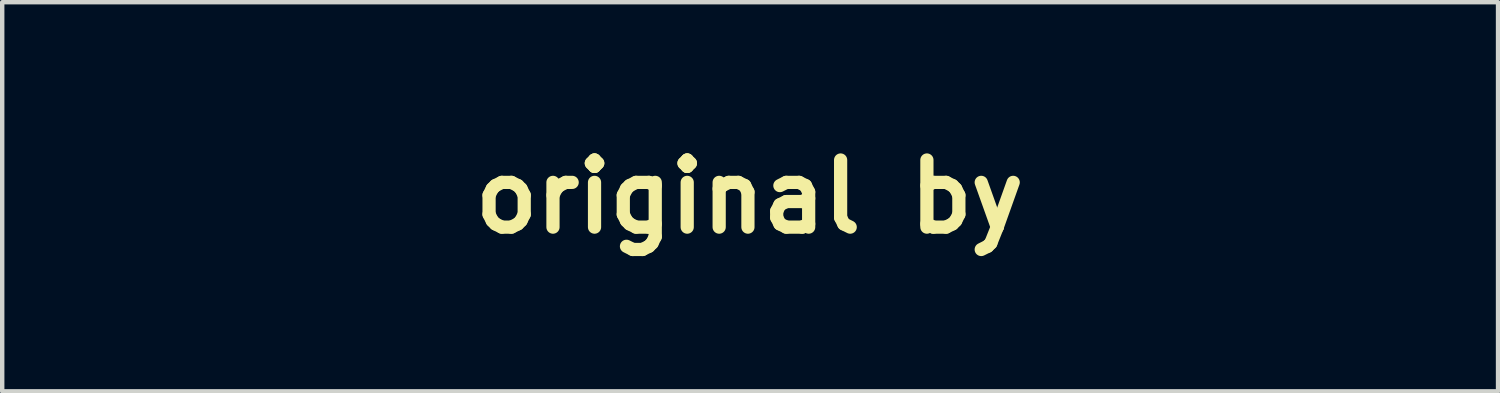
<source format=kicad_pcb>
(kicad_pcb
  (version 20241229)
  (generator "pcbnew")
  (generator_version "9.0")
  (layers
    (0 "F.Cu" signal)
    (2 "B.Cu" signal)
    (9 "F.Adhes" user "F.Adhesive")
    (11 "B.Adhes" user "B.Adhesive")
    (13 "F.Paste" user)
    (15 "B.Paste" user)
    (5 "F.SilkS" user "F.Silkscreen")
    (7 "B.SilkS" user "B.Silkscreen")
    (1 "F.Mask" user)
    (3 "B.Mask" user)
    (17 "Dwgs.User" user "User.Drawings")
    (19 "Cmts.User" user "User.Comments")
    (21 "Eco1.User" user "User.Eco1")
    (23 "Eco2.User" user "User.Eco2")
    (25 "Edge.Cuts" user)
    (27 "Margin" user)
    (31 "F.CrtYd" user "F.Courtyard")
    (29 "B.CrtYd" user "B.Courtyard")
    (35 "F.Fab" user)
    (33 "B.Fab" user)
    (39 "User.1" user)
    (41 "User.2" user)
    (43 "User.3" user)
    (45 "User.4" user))
  (footprint "original by"
    (layer "F.Cu")
    (at 13.97 1.418)
    (property "Reference" "original by" (at 0 0 0) (layer "F.SilkS") (effects (font (size 1.524 1.524) (thickness 0.3))))
    (attr through_hole)
    (fp_poly (pts (xy -6.563 0.808) (xy -6.568 0.813) (xy -6.574 0.808) (xy -6.568 0.803) (xy -6.563 0.808)) (stroke (width 0.01) (type solid)) (fill yes) (layer "F.Mask"))
    (fp_poly (pts (xy -6.484 0.74) (xy -6.482 0.751) (xy -6.484 0.77) (xy -6.49 0.768) (xy -6.496 0.757) (xy -6.496 0.741) (xy -6.492 0.736) (xy -6.484 0.74)) (stroke (width 0.01) (type solid)) (fill yes) (layer "F.Mask"))
    (fp_poly (pts (xy 11.198 -0.945) (xy 11.2 -0.902) (xy 11.202 -0.842) (xy 11.204 -0.768) (xy 11.207 -0.683) (xy 11.21 -0.59) (xy 11.212 -0.493) (xy 11.215 -0.393) (xy 11.216 -0.356) (xy 11.219 -0.184) (xy 11.221 -0.03) (xy 11.221 0.108) (xy 11.218 0.232) (xy 11.214 0.345) (xy 11.207 0.448) (xy 11.197 0.543) (xy 11.185 0.634) (xy 11.171 0.721) (xy 11.158 0.787) (xy 11.14 0.869) (xy 11.09 0.87) (xy 11.054 0.87) (xy 11.023 0.868) (xy 11.013 0.867) (xy 10.976 0.858) (xy 10.932 0.844) (xy 10.885 0.827) (xy 10.839 0.809) (xy 10.797 0.79) (xy 10.764 0.773) (xy 10.743 0.759) (xy 10.737 0.751) (xy 10.741 0.737) (xy 10.749 0.708) (xy 10.76 0.67) (xy 10.765 0.652) (xy 10.779 0.599) (xy 10.792 0.542) (xy 10.801 0.492) (xy 10.801 0.486) (xy 10.804 0.451) (xy 10.806 0.398) (xy 10.808 0.328) (xy 10.808 0.243) (xy 10.808 0.146) (xy 10.807 0.037) (xy 10.805 -0.082) (xy 10.802 -0.208) (xy 10.799 -0.339) (xy 10.795 -0.475) (xy 10.79 -0.613) (xy 10.787 -0.696) (xy 10.784 -0.782) (xy 10.781 -0.862) (xy 10.778 -0.933) (xy 10.776 -0.993) (xy 10.775 -1.04) (xy 10.774 -1.071) (xy 10.774 -1.085) (xy 10.774 -1.085) (xy 10.785 -1.086) (xy 10.813 -1.087) (xy 10.855 -1.088) (xy 10.908 -1.089) (xy 10.969 -1.09) (xy 10.984 -1.09) (xy 11.191 -1.092) (xy 11.198 -0.945)) (stroke (width 0.01) (type solid)) (fill yes) (layer "F.Mask"))
    (fp_poly (pts (xy -8.274 -0.84) (xy -8.268 -0.826) (xy -8.26 -0.794) (xy -8.25 -0.742) (xy -8.237 -0.67) (xy -8.222 -0.579) (xy -8.214 -0.528) (xy -8.197 -0.394) (xy -8.186 -0.249) (xy -8.183 -0.183) (xy -8.181 -0.134) (xy -8.18 -0.09) (xy -8.18 -0.049) (xy -8.181 -0.009) (xy -8.183 0.034) (xy -8.187 0.082) (xy -8.191 0.137) (xy -8.198 0.202) (xy -8.206 0.279) (xy -8.216 0.372) (xy -8.229 0.482) (xy -8.229 0.488) (xy -8.251 0.676) (xy -8.31 0.792) (xy -8.333 0.836) (xy -8.353 0.873) (xy -8.369 0.899) (xy -8.378 0.911) (xy -8.378 0.911) (xy -8.392 0.909) (xy -8.417 0.9) (xy -8.428 0.896) (xy -8.452 0.885) (xy -8.489 0.869) (xy -8.534 0.85) (xy -8.585 0.829) (xy -8.636 0.808) (xy -8.683 0.789) (xy -8.723 0.773) (xy -8.75 0.762) (xy -8.76 0.759) (xy -8.768 0.754) (xy -8.771 0.745) (xy -8.768 0.727) (xy -8.758 0.695) (xy -8.753 0.682) (xy -8.74 0.64) (xy -8.725 0.586) (xy -8.712 0.531) (xy -8.707 0.512) (xy -8.693 0.454) (xy -8.676 0.391) (xy -8.66 0.332) (xy -8.655 0.318) (xy -8.621 0.177) (xy -8.601 0.023) (xy -8.597 -0.144) (xy -8.607 -0.321) (xy -8.633 -0.509) (xy -8.656 -0.63) (xy -8.667 -0.681) (xy -8.676 -0.725) (xy -8.681 -0.758) (xy -8.684 -0.776) (xy -8.684 -0.779) (xy -8.67 -0.784) (xy -8.64 -0.792) (xy -8.598 -0.8) (xy -8.547 -0.809) (xy -8.492 -0.818) (xy -8.436 -0.826) (xy -8.383 -0.833) (xy -8.336 -0.839) (xy -8.3 -0.842) (xy -8.279 -0.842) (xy -8.274 -0.84)) (stroke (width 0.01) (type solid)) (fill yes) (layer "F.Mask"))
    (fp_poly (pts (xy 12.082 -0.828) (xy 12.09 -0.801) (xy 12.103 -0.76) (xy 12.119 -0.708) (xy 12.138 -0.647) (xy 12.152 -0.599) (xy 12.187 -0.477) (xy 12.216 -0.372) (xy 12.239 -0.278) (xy 12.256 -0.194) (xy 12.268 -0.115) (xy 12.275 -0.039) (xy 12.277 0.039) (xy 12.277 0.121) (xy 12.273 0.211) (xy 12.266 0.312) (xy 12.257 0.396) (xy 12.247 0.466) (xy 12.233 0.524) (xy 12.216 0.574) (xy 12.202 0.606) (xy 12.16 0.672) (xy 12.102 0.732) (xy 12.033 0.785) (xy 11.957 0.825) (xy 11.879 0.851) (xy 11.868 0.853) (xy 11.811 0.86) (xy 11.744 0.862) (xy 11.678 0.859) (xy 11.623 0.852) (xy 11.562 0.834) (xy 11.498 0.803) (xy 11.439 0.765) (xy 11.404 0.734) (xy 11.372 0.7) (xy 11.342 0.662) (xy 11.316 0.625) (xy 11.297 0.593) (xy 11.288 0.571) (xy 11.288 0.569) (xy 11.296 0.558) (xy 11.317 0.537) (xy 11.35 0.509) (xy 11.392 0.476) (xy 11.436 0.443) (xy 11.492 0.401) (xy 11.533 0.372) (xy 11.563 0.354) (xy 11.583 0.346) (xy 11.595 0.348) (xy 11.6 0.359) (xy 11.602 0.378) (xy 11.603 0.386) (xy 11.612 0.426) (xy 11.636 0.462) (xy 11.67 0.489) (xy 11.709 0.504) (xy 11.739 0.504) (xy 11.77 0.494) (xy 11.794 0.475) (xy 11.814 0.445) (xy 11.829 0.403) (xy 11.84 0.347) (xy 11.848 0.274) (xy 11.853 0.184) (xy 11.853 0.163) (xy 11.855 0.088) (xy 11.854 0.02) (xy 11.85 -0.044) (xy 11.842 -0.109) (xy 11.831 -0.177) (xy 11.815 -0.253) (xy 11.793 -0.339) (xy 11.766 -0.439) (xy 11.751 -0.492) (xy 11.733 -0.558) (xy 11.717 -0.617) (xy 11.704 -0.667) (xy 11.696 -0.704) (xy 11.692 -0.727) (xy 11.692 -0.733) (xy 11.703 -0.737) (xy 11.73 -0.746) (xy 11.769 -0.757) (xy 11.817 -0.771) (xy 11.869 -0.785) (xy 11.922 -0.8) (xy 11.973 -0.813) (xy 12.018 -0.825) (xy 12.052 -0.834) (xy 12.073 -0.838) (xy 12.078 -0.838) (xy 12.082 -0.828)) (stroke (width 0.01) (type solid)) (fill yes) (layer "F.Mask"))
    (fp_poly (pts (xy -2.253 -1.044) (xy -2.212 -1.042) (xy -2.162 -1.038) (xy -2.132 -1.036) (xy -2.063 -1.03) (xy -1.996 -1.022) (xy -1.933 -1.012) (xy -1.879 -1.003) (xy -1.835 -0.993) (xy -1.807 -0.984) (xy -1.798 -0.979) (xy -1.792 -0.968) (xy -1.777 -0.941) (xy -1.757 -0.901) (xy -1.73 -0.85) (xy -1.7 -0.79) (xy -1.667 -0.724) (xy -1.662 -0.714) (xy -1.629 -0.647) (xy -1.598 -0.588) (xy -1.571 -0.536) (xy -1.549 -0.496) (xy -1.534 -0.469) (xy -1.526 -0.457) (xy -1.525 -0.457) (xy -1.514 -0.465) (xy -1.49 -0.487) (xy -1.455 -0.523) (xy -1.41 -0.571) (xy -1.354 -0.631) (xy -1.29 -0.702) (xy -1.277 -0.717) (xy -1.177 -0.829) (xy -0.934 -0.799) (xy -0.866 -0.79) (xy -0.806 -0.782) (xy -0.756 -0.775) (xy -0.718 -0.769) (xy -0.696 -0.765) (xy -0.691 -0.763) (xy -0.698 -0.754) (xy -0.716 -0.732) (xy -0.745 -0.699) (xy -0.782 -0.658) (xy -0.826 -0.609) (xy -0.875 -0.554) (xy -0.88 -0.549) (xy -0.978 -0.44) (xy -1.063 -0.345) (xy -1.135 -0.263) (xy -1.195 -0.193) (xy -1.244 -0.135) (xy -1.281 -0.088) (xy -1.304 -0.057) (xy -1.348 0.005) (xy -1.376 0.218) (xy -1.386 0.297) (xy -1.397 0.382) (xy -1.408 0.468) (xy -1.418 0.546) (xy -1.425 0.602) (xy -1.446 0.772) (xy -1.478 0.771) (xy -1.498 0.769) (xy -1.534 0.765) (xy -1.583 0.759) (xy -1.639 0.752) (xy -1.68 0.746) (xy -1.736 0.739) (xy -1.786 0.731) (xy -1.824 0.725) (xy -1.849 0.72) (xy -1.856 0.718) (xy -1.856 0.707) (xy -1.854 0.678) (xy -1.85 0.634) (xy -1.844 0.578) (xy -1.837 0.511) (xy -1.828 0.437) (xy -1.825 0.41) (xy -1.815 0.329) (xy -1.806 0.25) (xy -1.798 0.177) (xy -1.791 0.114) (xy -1.786 0.063) (xy -1.782 0.029) (xy -1.782 0.025) (xy -1.775 -0.058) (xy -1.821 -0.143) (xy -1.838 -0.176) (xy -1.863 -0.224) (xy -1.894 -0.282) (xy -1.928 -0.348) (xy -1.963 -0.417) (xy -1.989 -0.467) (xy -2.029 -0.544) (xy -2.071 -0.625) (xy -2.114 -0.706) (xy -2.154 -0.782) (xy -2.189 -0.848) (xy -2.203 -0.874) (xy -2.232 -0.926) (xy -2.256 -0.973) (xy -2.275 -1.01) (xy -2.287 -1.035) (xy -2.291 -1.045) (xy -2.291 -1.045) (xy -2.28 -1.045) (xy -2.253 -1.044)) (stroke (width 0.01) (type solid)) (fill yes) (layer "F.Mask"))
    (fp_poly (pts (xy 6.983 -0.549) (xy 7.009 -0.545) (xy 7.09 -0.535) (xy 7.182 -0.536) (xy 7.297 -0.533) (xy 7.406 -0.511) (xy 7.508 -0.471) (xy 7.601 -0.416) (xy 7.685 -0.345) (xy 7.757 -0.26) (xy 7.817 -0.162) (xy 7.863 -0.053) (xy 7.894 0.067) (xy 7.899 0.097) (xy 7.908 0.22) (xy 7.898 0.338) (xy 7.87 0.449) (xy 7.824 0.553) (xy 7.759 0.648) (xy 7.707 0.706) (xy 7.623 0.778) (xy 7.532 0.831) (xy 7.432 0.867) (xy 7.322 0.887) (xy 7.275 0.891) (xy 7.23 0.893) (xy 7.193 0.893) (xy 7.169 0.891) (xy 7.161 0.889) (xy 7.149 0.887) (xy 7.12 0.884) (xy 7.077 0.881) (xy 7.023 0.877) (xy 6.961 0.874) (xy 6.938 0.873) (xy 6.854 0.869) (xy 6.78 0.864) (xy 6.718 0.858) (xy 6.672 0.852) (xy 6.655 0.848) (xy 6.553 0.813) (xy 6.457 0.761) (xy 6.371 0.693) (xy 6.297 0.613) (xy 6.238 0.522) (xy 6.23 0.508) (xy 6.197 0.433) (xy 6.174 0.366) (xy 6.162 0.297) (xy 6.157 0.219) (xy 6.156 0.191) (xy 6.157 0.183) (xy 6.594 0.183) (xy 6.602 0.259) (xy 6.625 0.324) (xy 6.666 0.384) (xy 6.682 0.4) (xy 6.72 0.434) (xy 6.764 0.46) (xy 6.817 0.479) (xy 6.88 0.493) (xy 6.956 0.501) (xy 7.048 0.504) (xy 7.142 0.504) (xy 7.198 0.502) (xy 7.237 0.498) (xy 7.267 0.493) (xy 7.291 0.484) (xy 7.302 0.479) (xy 7.369 0.434) (xy 7.421 0.377) (xy 7.456 0.307) (xy 7.474 0.227) (xy 7.474 0.225) (xy 7.473 0.141) (xy 7.454 0.061) (xy 7.418 -0.011) (xy 7.366 -0.075) (xy 7.301 -0.127) (xy 7.223 -0.166) (xy 7.183 -0.178) (xy 7.119 -0.191) (xy 7.048 -0.197) (xy 6.976 -0.196) (xy 6.911 -0.189) (xy 6.858 -0.176) (xy 6.856 -0.176) (xy 6.773 -0.136) (xy 6.704 -0.082) (xy 6.651 -0.018) (xy 6.615 0.057) (xy 6.596 0.14) (xy 6.594 0.183) (xy 6.157 0.183) (xy 6.159 0.106) (xy 6.171 0.031) (xy 6.191 -0.04) (xy 6.223 -0.11) (xy 6.267 -0.184) (xy 6.325 -0.265) (xy 6.374 -0.327) (xy 6.419 -0.375) (xy 6.464 -0.415) (xy 6.516 -0.452) (xy 6.548 -0.472) (xy 6.647 -0.52) (xy 6.753 -0.549) (xy 6.865 -0.559) (xy 6.983 -0.549)) (stroke (width 0.01) (type solid)) (fill yes) (layer "F.Mask"))
    (fp_poly (pts (xy -12.991 -0.851) (xy -12.874 -0.823) (xy -12.815 -0.801) (xy -12.708 -0.746) (xy -12.611 -0.674) (xy -12.527 -0.588) (xy -12.457 -0.49) (xy -12.403 -0.381) (xy -12.373 -0.291) (xy -12.364 -0.245) (xy -12.356 -0.183) (xy -12.351 -0.111) (xy -12.347 -0.035) (xy -12.345 0.042) (xy -12.346 0.113) (xy -12.35 0.174) (xy -12.354 0.203) (xy -12.379 0.316) (xy -12.418 0.417) (xy -12.472 0.508) (xy -12.543 0.594) (xy -12.559 0.61) (xy -12.645 0.683) (xy -12.745 0.744) (xy -12.853 0.789) (xy -12.9 0.803) (xy -12.963 0.816) (xy -13.036 0.824) (xy -13.114 0.829) (xy -13.189 0.829) (xy -13.255 0.824) (xy -13.289 0.818) (xy -13.395 0.789) (xy -13.487 0.75) (xy -13.569 0.697) (xy -13.645 0.63) (xy -13.699 0.571) (xy -13.739 0.514) (xy -13.767 0.453) (xy -13.787 0.38) (xy -13.791 0.357) (xy -13.801 0.312) (xy -13.812 0.279) (xy -13.826 0.254) (xy -13.847 0.227) (xy -13.899 0.153) (xy -13.936 0.068) (xy -13.958 -0.026) (xy -13.964 -0.103) (xy -13.542 -0.103) (xy -13.541 -0.031) (xy -13.53 0.038) (xy -13.508 0.109) (xy -13.482 0.17) (xy -13.435 0.252) (xy -13.377 0.319) (xy -13.311 0.37) (xy -13.238 0.404) (xy -13.16 0.422) (xy -13.08 0.42) (xy -12.999 0.4) (xy -12.974 0.39) (xy -12.909 0.35) (xy -12.851 0.296) (xy -12.806 0.231) (xy -12.796 0.21) (xy -12.782 0.177) (xy -12.773 0.143) (xy -12.768 0.104) (xy -12.764 0.052) (xy -12.763 0.039) (xy -12.762 -0.029) (xy -12.765 -0.09) (xy -12.771 -0.134) (xy -12.797 -0.221) (xy -12.84 -0.298) (xy -12.898 -0.362) (xy -12.969 -0.413) (xy -12.993 -0.425) (xy -13.022 -0.438) (xy -13.049 -0.446) (xy -13.079 -0.45) (xy -13.119 -0.452) (xy -13.157 -0.452) (xy -13.207 -0.452) (xy -13.243 -0.449) (xy -13.271 -0.444) (xy -13.297 -0.435) (xy -13.321 -0.424) (xy -13.399 -0.376) (xy -13.461 -0.316) (xy -13.506 -0.246) (xy -13.533 -0.167) (xy -13.542 -0.103) (xy -13.964 -0.103) (xy -13.965 -0.126) (xy -13.957 -0.229) (xy -13.933 -0.333) (xy -13.893 -0.435) (xy -13.867 -0.486) (xy -13.834 -0.534) (xy -13.789 -0.587) (xy -13.735 -0.641) (xy -13.678 -0.692) (xy -13.622 -0.735) (xy -13.584 -0.759) (xy -13.478 -0.808) (xy -13.361 -0.841) (xy -13.238 -0.86) (xy -13.114 -0.863) (xy -12.991 -0.851)) (stroke (width 0.01) (type solid)) (fill yes) (layer "F.Mask"))
    (fp_poly (pts (xy -9.362 -0.744) (xy -9.249 -0.719) (xy -9.144 -0.678) (xy -9.063 -0.632) (xy -9.033 -0.61) (xy -8.999 -0.581) (xy -8.962 -0.548) (xy -8.927 -0.513) (xy -8.896 -0.48) (xy -8.873 -0.453) (xy -8.861 -0.435) (xy -8.86 -0.431) (xy -8.861 -0.425) (xy -8.866 -0.418) (xy -8.878 -0.409) (xy -8.896 -0.395) (xy -8.925 -0.375) (xy -8.965 -0.349) (xy -9.018 -0.316) (xy -9.086 -0.272) (xy -9.098 -0.265) (xy -9.21 -0.194) (xy -9.24 -0.232) (xy -9.297 -0.294) (xy -9.353 -0.338) (xy -9.413 -0.366) (xy -9.481 -0.381) (xy -9.511 -0.384) (xy -9.6 -0.38) (xy -9.681 -0.359) (xy -9.751 -0.32) (xy -9.81 -0.266) (xy -9.857 -0.196) (xy -9.891 -0.111) (xy -9.902 -0.068) (xy -9.911 0.013) (xy -9.906 0.101) (xy -9.889 0.189) (xy -9.861 0.274) (xy -9.824 0.351) (xy -9.778 0.416) (xy -9.743 0.451) (xy -9.676 0.495) (xy -9.598 0.524) (xy -9.514 0.537) (xy -9.427 0.534) (xy -9.378 0.524) (xy -9.29 0.494) (xy -9.22 0.454) (xy -9.166 0.404) (xy -9.129 0.342) (xy -9.108 0.269) (xy -9.107 0.259) (xy -9.1 0.212) (xy -9.135 0.218) (xy -9.2 0.228) (xy -9.263 0.238) (xy -9.321 0.247) (xy -9.37 0.254) (xy -9.407 0.259) (xy -9.429 0.261) (xy -9.435 0.261) (xy -9.438 0.249) (xy -9.444 0.222) (xy -9.451 0.183) (xy -9.458 0.137) (xy -9.465 0.088) (xy -9.472 0.041) (xy -9.477 -0.001) (xy -9.48 -0.033) (xy -9.481 -0.051) (xy -9.48 -0.053) (xy -9.469 -0.057) (xy -9.44 -0.063) (xy -9.396 -0.071) (xy -9.34 -0.081) (xy -9.274 -0.092) (xy -9.2 -0.104) (xy -9.179 -0.107) (xy -9.098 -0.12) (xy -9.018 -0.133) (xy -8.943 -0.146) (xy -8.877 -0.157) (xy -8.823 -0.166) (xy -8.785 -0.172) (xy -8.783 -0.173) (xy -8.741 -0.18) (xy -8.706 -0.186) (xy -8.685 -0.189) (xy -8.679 -0.189) (xy -8.673 -0.173) (xy -8.667 -0.14) (xy -8.661 -0.094) (xy -8.657 -0.039) (xy -8.654 0.022) (xy -8.653 0.085) (xy -8.653 0.091) (xy -8.653 0.152) (xy -8.654 0.198) (xy -8.657 0.234) (xy -8.661 0.264) (xy -8.669 0.294) (xy -8.68 0.328) (xy -8.686 0.345) (xy -8.736 0.463) (xy -8.802 0.568) (xy -8.883 0.661) (xy -8.98 0.74) (xy -9.092 0.805) (xy -9.215 0.856) (xy -9.304 0.881) (xy -9.402 0.898) (xy -9.501 0.908) (xy -9.595 0.908) (xy -9.644 0.904) (xy -9.766 0.879) (xy -9.881 0.836) (xy -9.987 0.776) (xy -10.082 0.699) (xy -10.151 0.622) (xy -10.225 0.513) (xy -10.283 0.392) (xy -10.323 0.262) (xy -10.343 0.147) (xy -10.351 0.03) (xy -10.343 -0.078) (xy -10.32 -0.182) (xy -10.281 -0.288) (xy -10.264 -0.324) (xy -10.205 -0.423) (xy -10.13 -0.51) (xy -10.041 -0.585) (xy -9.939 -0.647) (xy -9.826 -0.696) (xy -9.704 -0.73) (xy -9.573 -0.748) (xy -9.486 -0.752) (xy -9.362 -0.744)) (stroke (width 0.01) (type solid)) (fill yes) (layer "F.Mask"))
    (fp_poly (pts (xy 13.818 -1.189) (xy 13.764 -1.11) (xy 13.718 -1.043) (xy 13.668 -0.97) (xy 13.617 -0.893) (xy 13.564 -0.814) (xy 13.512 -0.734) (xy 13.461 -0.655) (xy 13.413 -0.581) (xy 13.369 -0.511) (xy 13.33 -0.449) (xy 13.297 -0.395) (xy 13.272 -0.353) (xy 13.255 -0.324) (xy 13.249 -0.309) (xy 13.249 -0.308) (xy 13.256 -0.296) (xy 13.278 -0.27) (xy 13.314 -0.23) (xy 13.365 -0.176) (xy 13.43 -0.109) (xy 13.51 -0.027) (xy 13.605 0.068) (xy 13.695 0.157) (xy 13.77 0.233) (xy 13.833 0.295) (xy 13.883 0.346) (xy 13.922 0.386) (xy 13.951 0.417) (xy 13.972 0.44) (xy 13.985 0.456) (xy 13.991 0.467) (xy 13.992 0.473) (xy 13.989 0.477) (xy 13.983 0.479) (xy 13.965 0.482) (xy 13.93 0.486) (xy 13.881 0.492) (xy 13.822 0.498) (xy 13.756 0.505) (xy 13.715 0.509) (xy 13.476 0.531) (xy 13.334 0.385) (xy 13.243 0.292) (xy 13.164 0.213) (xy 13.095 0.146) (xy 13.037 0.092) (xy 12.988 0.049) (xy 12.946 0.016) (xy 12.935 0.007) (xy 12.868 -0.041) (xy 12.86 0.134) (xy 12.857 0.203) (xy 12.855 0.285) (xy 12.854 0.373) (xy 12.854 0.459) (xy 12.855 0.526) (xy 12.855 0.599) (xy 12.855 0.654) (xy 12.855 0.693) (xy 12.853 0.72) (xy 12.85 0.737) (xy 12.846 0.746) (xy 12.842 0.749) (xy 12.828 0.751) (xy 12.796 0.754) (xy 12.751 0.756) (xy 12.697 0.758) (xy 12.638 0.76) (xy 12.449 0.764) (xy 12.443 0.679) (xy 12.441 0.644) (xy 12.439 0.593) (xy 12.438 0.53) (xy 12.437 0.459) (xy 12.436 0.385) (xy 12.436 0.353) (xy 12.435 0.25) (xy 12.434 0.152) (xy 12.43 0.057) (xy 12.426 -0.041) (xy 12.419 -0.143) (xy 12.41 -0.254) (xy 12.4 -0.376) (xy 12.386 -0.514) (xy 12.38 -0.579) (xy 12.372 -0.659) (xy 12.364 -0.733) (xy 12.358 -0.798) (xy 12.353 -0.852) (xy 12.35 -0.892) (xy 12.348 -0.915) (xy 12.348 -0.921) (xy 12.359 -0.923) (xy 12.386 -0.927) (xy 12.426 -0.932) (xy 12.475 -0.937) (xy 12.53 -0.943) (xy 12.585 -0.949) (xy 12.639 -0.954) (xy 12.687 -0.958) (xy 12.725 -0.961) (xy 12.749 -0.963) (xy 12.757 -0.962) (xy 12.759 -0.951) (xy 12.764 -0.923) (xy 12.769 -0.88) (xy 12.776 -0.826) (xy 12.783 -0.763) (xy 12.787 -0.725) (xy 12.795 -0.653) (xy 12.803 -0.582) (xy 12.811 -0.517) (xy 12.818 -0.462) (xy 12.824 -0.421) (xy 12.825 -0.411) (xy 12.839 -0.33) (xy 12.867 -0.386) (xy 12.885 -0.419) (xy 12.908 -0.462) (xy 12.935 -0.511) (xy 12.954 -0.544) (xy 12.978 -0.585) (xy 13.009 -0.64) (xy 13.045 -0.702) (xy 13.082 -0.768) (xy 13.116 -0.828) (xy 13.151 -0.888) (xy 13.185 -0.947) (xy 13.217 -1.001) (xy 13.244 -1.045) (xy 13.263 -1.076) (xy 13.264 -1.078) (xy 13.307 -1.144) (xy 13.534 -1.167) (xy 13.602 -1.173) (xy 13.664 -1.179) (xy 13.717 -1.184) (xy 13.758 -1.187) (xy 13.784 -1.189) (xy 13.79 -1.189) (xy 13.818 -1.189)) (stroke (width 0.01) (type solid)) (fill yes) (layer "F.Mask"))
    (fp_poly (pts (xy 4.748 -0.821) (xy 4.798 -0.817) (xy 4.855 -0.81) (xy 4.915 -0.802) (xy 4.926 -0.801) (xy 5.071 -0.778) (xy 5.064 -0.752) (xy 5.061 -0.733) (xy 5.059 -0.698) (xy 5.056 -0.65) (xy 5.054 -0.591) (xy 5.053 -0.526) (xy 5.051 -0.456) (xy 5.05 -0.386) (xy 5.049 -0.318) (xy 5.049 -0.255) (xy 5.05 -0.199) (xy 5.051 -0.155) (xy 5.052 -0.125) (xy 5.054 -0.112) (xy 5.055 -0.112) (xy 5.068 -0.105) (xy 5.096 -0.093) (xy 5.133 -0.077) (xy 5.161 -0.066) (xy 5.222 -0.043) (xy 5.274 -0.03) (xy 5.323 -0.027) (xy 5.374 -0.032) (xy 5.433 -0.046) (xy 5.496 -0.067) (xy 5.613 -0.107) (xy 5.62 -0.147) (xy 5.622 -0.168) (xy 5.624 -0.206) (xy 5.626 -0.258) (xy 5.627 -0.321) (xy 5.628 -0.393) (xy 5.629 -0.47) (xy 5.629 -0.484) (xy 5.629 -0.78) (xy 5.713 -0.787) (xy 5.76 -0.792) (xy 5.819 -0.798) (xy 5.879 -0.805) (xy 5.907 -0.809) (xy 5.962 -0.816) (xy 5.999 -0.82) (xy 6.023 -0.821) (xy 6.037 -0.819) (xy 6.044 -0.814) (xy 6.048 -0.804) (xy 6.05 -0.795) (xy 6.052 -0.779) (xy 6.054 -0.744) (xy 6.056 -0.693) (xy 6.057 -0.627) (xy 6.059 -0.547) (xy 6.061 -0.457) (xy 6.063 -0.357) (xy 6.064 -0.25) (xy 6.065 -0.137) (xy 6.067 -0.021) (xy 6.068 0.098) (xy 6.069 0.217) (xy 6.069 0.334) (xy 6.07 0.448) (xy 6.07 0.465) (xy 6.069 0.564) (xy 6.069 0.644) (xy 6.067 0.706) (xy 6.065 0.751) (xy 6.063 0.78) (xy 6.059 0.793) (xy 6.058 0.793) (xy 6.047 0.798) (xy 6.024 0.8) (xy 5.987 0.797) (xy 5.942 0.792) (xy 5.884 0.786) (xy 5.82 0.782) (xy 5.761 0.781) (xy 5.743 0.781) (xy 5.649 0.784) (xy 5.656 0.526) (xy 5.657 0.454) (xy 5.658 0.388) (xy 5.658 0.33) (xy 5.658 0.285) (xy 5.657 0.254) (xy 5.656 0.242) (xy 5.649 0.215) (xy 5.525 0.273) (xy 5.472 0.296) (xy 5.433 0.312) (xy 5.403 0.322) (xy 5.376 0.327) (xy 5.348 0.33) (xy 5.329 0.33) (xy 5.298 0.329) (xy 5.272 0.327) (xy 5.247 0.32) (xy 5.216 0.308) (xy 5.176 0.289) (xy 5.14 0.272) (xy 5.095 0.25) (xy 5.058 0.232) (xy 5.03 0.219) (xy 5.016 0.213) (xy 5.016 0.213) (xy 5.012 0.218) (xy 5.01 0.231) (xy 5.009 0.256) (xy 5.011 0.294) (xy 5.015 0.346) (xy 5.021 0.415) (xy 5.029 0.502) (xy 5.031 0.525) (xy 5.037 0.593) (xy 5.042 0.653) (xy 5.045 0.703) (xy 5.047 0.741) (xy 5.047 0.764) (xy 5.046 0.769) (xy 5.034 0.772) (xy 5.005 0.774) (xy 4.964 0.777) (xy 4.916 0.778) (xy 4.91 0.778) (xy 4.855 0.78) (xy 4.804 0.783) (xy 4.762 0.787) (xy 4.735 0.791) (xy 4.692 0.8) (xy 4.665 0.802) (xy 4.65 0.796) (xy 4.641 0.781) (xy 4.64 0.774) (xy 4.637 0.753) (xy 4.632 0.717) (xy 4.626 0.67) (xy 4.619 0.616) (xy 4.617 0.598) (xy 4.612 0.548) (xy 4.608 0.499) (xy 4.605 0.447) (xy 4.604 0.388) (xy 4.604 0.32) (xy 4.604 0.237) (xy 4.606 0.152) (xy 4.608 0.048) (xy 4.611 -0.062) (xy 4.614 -0.175) (xy 4.618 -0.288) (xy 4.622 -0.397) (xy 4.626 -0.499) (xy 4.63 -0.591) (xy 4.635 -0.67) (xy 4.638 -0.732) (xy 4.639 -0.739) (xy 4.645 -0.823) (xy 4.713 -0.823) (xy 4.748 -0.821)) (stroke (width 0.01) (type solid)) (fill yes) (layer "F.Mask"))
    (fp_poly (pts (xy -2.632 -0.832) (xy -2.596 -0.83) (xy -2.566 -0.827) (xy -2.538 -0.822) (xy -2.52 -0.819) (xy -2.424 -0.791) (xy -2.344 -0.75) (xy -2.28 -0.695) (xy -2.23 -0.628) (xy -2.196 -0.547) (xy -2.178 -0.453) (xy -2.174 -0.384) (xy -2.18 -0.293) (xy -2.199 -0.214) (xy -2.231 -0.146) (xy -2.278 -0.085) (xy -2.299 -0.061) (xy -2.313 -0.044) (xy -2.315 -0.037) (xy -2.305 -0.032) (xy -2.282 -0.02) (xy -2.272 -0.015) (xy -2.225 0.015) (xy -2.176 0.057) (xy -2.131 0.105) (xy -2.096 0.152) (xy -2.086 0.17) (xy -2.063 0.237) (xy -2.053 0.316) (xy -2.055 0.399) (xy -2.07 0.484) (xy -2.097 0.564) (xy -2.103 0.576) (xy -2.149 0.651) (xy -2.21 0.717) (xy -2.284 0.77) (xy -2.367 0.807) (xy -2.427 0.823) (xy -2.479 0.829) (xy -2.545 0.832) (xy -2.621 0.831) (xy -2.701 0.826) (xy -2.78 0.819) (xy -2.794 0.817) (xy -2.943 0.795) (xy -3.072 0.772) (xy -3.181 0.748) (xy -3.261 0.725) (xy -3.305 0.71) (xy -3.342 0.697) (xy -3.367 0.687) (xy -3.376 0.682) (xy -3.375 0.67) (xy -3.367 0.643) (xy -3.354 0.602) (xy -3.337 0.552) (xy -3.315 0.494) (xy -3.309 0.477) (xy -3.306 0.469) (xy -2.865 0.469) (xy -2.856 0.474) (xy -2.83 0.479) (xy -2.793 0.483) (xy -2.749 0.485) (xy -2.702 0.486) (xy -2.657 0.485) (xy -2.617 0.482) (xy -2.588 0.477) (xy -2.586 0.477) (xy -2.537 0.454) (xy -2.499 0.419) (xy -2.474 0.374) (xy -2.462 0.325) (xy -2.465 0.275) (xy -2.485 0.228) (xy -2.495 0.214) (xy -2.526 0.19) (xy -2.573 0.168) (xy -2.632 0.15) (xy -2.7 0.138) (xy -2.717 0.136) (xy -2.782 0.129) (xy -2.794 0.189) (xy -2.802 0.225) (xy -2.814 0.273) (xy -2.828 0.326) (xy -2.836 0.355) (xy -2.848 0.399) (xy -2.857 0.435) (xy -2.863 0.46) (xy -2.865 0.469) (xy -3.306 0.469) (xy -3.275 0.389) (xy -3.249 0.317) (xy -3.228 0.258) (xy -3.212 0.209) (xy -3.201 0.167) (xy -3.193 0.13) (xy -3.188 0.093) (xy -3.185 0.055) (xy -3.184 0.03) (xy -3.182 -0.019) (xy -3.183 -0.059) (xy -3.187 -0.096) (xy -3.195 -0.137) (xy -3.208 -0.191) (xy -3.209 -0.195) (xy -3.226 -0.256) (xy -3.248 -0.325) (xy -3.272 -0.393) (xy -3.287 -0.434) (xy -3.308 -0.487) (xy -3.311 -0.494) (xy -2.845 -0.494) (xy -2.843 -0.478) (xy -2.838 -0.446) (xy -2.831 -0.405) (xy -2.822 -0.359) (xy -2.813 -0.311) (xy -2.804 -0.268) (xy -2.796 -0.232) (xy -2.79 -0.209) (xy -2.788 -0.202) (xy -2.775 -0.196) (xy -2.747 -0.193) (xy -2.711 -0.194) (xy -2.674 -0.197) (xy -2.642 -0.203) (xy -2.626 -0.208) (xy -2.586 -0.234) (xy -2.561 -0.273) (xy -2.553 -0.324) (xy -2.554 -0.344) (xy -2.568 -0.402) (xy -2.599 -0.447) (xy -2.645 -0.48) (xy -2.706 -0.5) (xy -2.781 -0.508) (xy -2.818 -0.507) (xy -2.839 -0.502) (xy -2.845 -0.494) (xy -2.845 -0.494) (xy -3.311 -0.494) (xy -3.322 -0.528) (xy -3.332 -0.565) (xy -3.338 -0.603) (xy -3.342 -0.65) (xy -3.343 -0.671) (xy -3.346 -0.717) (xy -3.347 -0.756) (xy -3.347 -0.782) (xy -3.346 -0.792) (xy -3.331 -0.798) (xy -3.298 -0.804) (xy -3.248 -0.809) (xy -3.185 -0.815) (xy -3.11 -0.82) (xy -3.025 -0.824) (xy -2.933 -0.828) (xy -2.885 -0.829) (xy -2.799 -0.831) (xy -2.73 -0.832) (xy -2.676 -0.832) (xy -2.632 -0.832)) (stroke (width 0.01) (type solid)) (fill yes) (layer "F.Mask"))
    (fp_poly (pts (xy -7.893 -0.87) (xy -7.854 -0.869) (xy -7.806 -0.866) (xy -7.752 -0.863) (xy -7.698 -0.86) (xy -7.646 -0.856) (xy -7.601 -0.853) (xy -7.566 -0.85) (xy -7.545 -0.848) (xy -7.544 -0.848) (xy -7.525 -0.842) (xy -7.507 -0.827) (xy -7.486 -0.8) (xy -7.468 -0.775) (xy -7.408 -0.68) (xy -7.348 -0.583) (xy -7.292 -0.486) (xy -7.239 -0.392) (xy -7.192 -0.305) (xy -7.154 -0.227) (xy -7.124 -0.161) (xy -7.115 -0.137) (xy -7.101 -0.107) (xy -7.078 -0.066) (xy -7.051 -0.022) (xy -7.034 0.005) (xy -7.007 0.045) (xy -6.984 0.082) (xy -6.966 0.11) (xy -6.959 0.122) (xy -6.95 0.139) (xy -6.944 0.138) (xy -6.938 0.127) (xy -6.935 0.109) (xy -6.933 0.076) (xy -6.931 0.032) (xy -6.93 -0.02) (xy -6.93 -0.03) (xy -6.928 -0.097) (xy -6.926 -0.173) (xy -6.923 -0.25) (xy -6.919 -0.314) (xy -6.915 -0.369) (xy -6.91 -0.431) (xy -6.903 -0.498) (xy -6.896 -0.566) (xy -6.888 -0.632) (xy -6.881 -0.694) (xy -6.874 -0.747) (xy -6.868 -0.788) (xy -6.862 -0.815) (xy -6.859 -0.825) (xy -6.848 -0.825) (xy -6.82 -0.824) (xy -6.78 -0.82) (xy -6.731 -0.816) (xy -6.677 -0.81) (xy -6.621 -0.804) (xy -6.568 -0.797) (xy -6.521 -0.791) (xy -6.484 -0.786) (xy -6.461 -0.781) (xy -6.455 -0.779) (xy -6.455 -0.768) (xy -6.456 -0.74) (xy -6.46 -0.698) (xy -6.465 -0.646) (xy -6.471 -0.586) (xy -6.471 -0.583) (xy -6.48 -0.501) (xy -6.487 -0.435) (xy -6.493 -0.38) (xy -6.497 -0.332) (xy -6.501 -0.285) (xy -6.504 -0.236) (xy -6.507 -0.18) (xy -6.511 -0.111) (xy -6.513 -0.076) (xy -6.517 -0.006) (xy -6.522 0.073) (xy -6.527 0.158) (xy -6.534 0.246) (xy -6.541 0.336) (xy -6.548 0.425) (xy -6.555 0.511) (xy -6.562 0.59) (xy -6.569 0.662) (xy -6.575 0.723) (xy -6.58 0.771) (xy -6.584 0.804) (xy -6.588 0.82) (xy -6.588 0.82) (xy -6.598 0.82) (xy -6.626 0.818) (xy -6.667 0.814) (xy -6.718 0.809) (xy -6.777 0.803) (xy -6.838 0.796) (xy -6.892 0.791) (xy -6.937 0.786) (xy -6.968 0.783) (xy -6.982 0.782) (xy -6.994 0.774) (xy -7.015 0.747) (xy -7.046 0.703) (xy -7.085 0.642) (xy -7.13 0.572) (xy -7.194 0.468) (xy -7.249 0.378) (xy -7.296 0.3) (xy -7.337 0.23) (xy -7.373 0.166) (xy -7.406 0.105) (xy -7.438 0.044) (xy -7.47 -0.02) (xy -7.503 -0.089) (xy -7.522 -0.13) (xy -7.546 -0.176) (xy -7.563 -0.203) (xy -7.574 -0.211) (xy -7.578 -0.2) (xy -7.577 -0.17) (xy -7.577 -0.17) (xy -7.568 -0.108) (xy -7.557 -0.031) (xy -7.544 0.058) (xy -7.529 0.154) (xy -7.514 0.251) (xy -7.499 0.347) (xy -7.484 0.437) (xy -7.471 0.515) (xy -7.461 0.571) (xy -7.45 0.633) (xy -7.441 0.689) (xy -7.434 0.734) (xy -7.43 0.768) (xy -7.43 0.784) (xy -7.43 0.785) (xy -7.443 0.795) (xy -7.475 0.804) (xy -7.522 0.813) (xy -7.583 0.82) (xy -7.655 0.826) (xy -7.691 0.828) (xy -7.738 0.831) (xy -7.779 0.834) (xy -7.809 0.837) (xy -7.82 0.839) (xy -7.839 0.838) (xy -7.847 0.821) (xy -7.847 0.821) (xy -7.853 0.788) (xy -7.861 0.74) (xy -7.871 0.678) (xy -7.882 0.606) (xy -7.894 0.529) (xy -7.906 0.449) (xy -7.918 0.37) (xy -7.929 0.295) (xy -7.939 0.229) (xy -7.947 0.173) (xy -7.952 0.133) (xy -7.952 0.132) (xy -7.961 0.036) (xy -7.967 -0.075) (xy -7.969 -0.198) (xy -7.968 -0.327) (xy -7.964 -0.46) (xy -7.957 -0.59) (xy -7.952 -0.655) (xy -7.946 -0.719) (xy -7.941 -0.775) (xy -7.936 -0.821) (xy -7.933 -0.853) (xy -7.931 -0.87) (xy -7.931 -0.871) (xy -7.92 -0.871) (xy -7.893 -0.87)) (stroke (width 0.01) (type solid)) (fill yes) (layer "F.Mask"))
    (fp_poly (pts (xy -11.346 -0.947) (xy -11.287 -0.938) (xy -11.239 -0.921) (xy -11.197 -0.895) (xy -11.157 -0.859) (xy -11.149 -0.85) (xy -11.09 -0.769) (xy -11.047 -0.679) (xy -11.022 -0.578) (xy -11.014 -0.466) (xy -11.014 -0.466) (xy -11.02 -0.359) (xy -11.04 -0.267) (xy -11.074 -0.185) (xy -11.114 -0.123) (xy -11.145 -0.09) (xy -11.187 -0.055) (xy -11.236 -0.021) (xy -11.283 0.007) (xy -11.303 0.016) (xy -11.329 0.028) (xy -11.346 0.039) (xy -11.349 0.043) (xy -11.343 0.055) (xy -11.326 0.079) (xy -11.3 0.115) (xy -11.267 0.16) (xy -11.227 0.212) (xy -11.183 0.269) (xy -11.137 0.328) (xy -11.089 0.389) (xy -11.042 0.448) (xy -10.998 0.504) (xy -10.957 0.554) (xy -10.921 0.597) (xy -10.893 0.63) (xy -10.873 0.652) (xy -10.863 0.66) (xy -10.863 0.66) (xy -10.862 0.648) (xy -10.862 0.618) (xy -10.862 0.571) (xy -10.863 0.509) (xy -10.864 0.434) (xy -10.865 0.347) (xy -10.867 0.251) (xy -10.868 0.148) (xy -10.87 0.038) (xy -10.87 0.038) (xy -10.872 -0.078) (xy -10.874 -0.192) (xy -10.876 -0.302) (xy -10.878 -0.406) (xy -10.879 -0.501) (xy -10.88 -0.585) (xy -10.881 -0.655) (xy -10.881 -0.709) (xy -10.881 -0.738) (xy -10.881 -0.901) (xy -10.681 -0.907) (xy -10.619 -0.908) (xy -10.564 -0.909) (xy -10.519 -0.909) (xy -10.488 -0.908) (xy -10.474 -0.906) (xy -10.473 -0.906) (xy -10.472 -0.895) (xy -10.471 -0.866) (xy -10.469 -0.82) (xy -10.467 -0.76) (xy -10.465 -0.686) (xy -10.463 -0.602) (xy -10.461 -0.509) (xy -10.459 -0.409) (xy -10.457 -0.304) (xy -10.455 -0.195) (xy -10.453 -0.085) (xy -10.451 0.025) (xy -10.45 0.132) (xy -10.448 0.235) (xy -10.447 0.332) (xy -10.446 0.422) (xy -10.445 0.501) (xy -10.444 0.568) (xy -10.444 0.622) (xy -10.444 0.66) (xy -10.445 0.681) (xy -10.445 0.684) (xy -10.456 0.685) (xy -10.485 0.686) (xy -10.53 0.688) (xy -10.59 0.689) (xy -10.661 0.691) (xy -10.743 0.692) (xy -10.832 0.694) (xy -10.908 0.695) (xy -11.366 0.702) (xy -11.485 0.53) (xy -11.525 0.473) (xy -11.564 0.418) (xy -11.601 0.368) (xy -11.631 0.327) (xy -11.653 0.299) (xy -11.654 0.298) (xy -11.686 0.26) (xy -11.718 0.219) (xy -11.742 0.188) (xy -11.781 0.138) (xy -11.788 0.219) (xy -11.791 0.255) (xy -11.796 0.307) (xy -11.802 0.369) (xy -11.809 0.436) (xy -11.816 0.5) (xy -11.822 0.567) (xy -11.828 0.633) (xy -11.832 0.691) (xy -11.835 0.739) (xy -11.836 0.771) (xy -11.837 0.808) (xy -11.84 0.83) (xy -11.846 0.841) (xy -11.857 0.847) (xy -11.859 0.847) (xy -11.888 0.851) (xy -11.932 0.852) (xy -11.986 0.851) (xy -12.047 0.848) (xy -12.11 0.842) (xy -12.144 0.838) (xy -12.187 0.832) (xy -12.222 0.827) (xy -12.244 0.822) (xy -12.249 0.82) (xy -12.25 0.809) (xy -12.249 0.78) (xy -12.247 0.736) (xy -12.244 0.679) (xy -12.24 0.611) (xy -12.235 0.536) (xy -12.232 0.491) (xy -12.226 0.392) (xy -12.221 0.292) (xy -12.216 0.189) (xy -12.212 0.078) (xy -12.209 -0.042) (xy -12.207 -0.176) (xy -12.205 -0.326) (xy -12.205 -0.363) (xy -12.203 -0.587) (xy -11.775 -0.587) (xy -11.775 -0.176) (xy -11.722 -0.18) (xy -11.678 -0.186) (xy -11.631 -0.195) (xy -11.617 -0.199) (xy -11.55 -0.225) (xy -11.5 -0.263) (xy -11.466 -0.313) (xy -11.449 -0.375) (xy -11.446 -0.417) (xy -11.453 -0.48) (xy -11.474 -0.529) (xy -11.509 -0.564) (xy -11.559 -0.587) (xy -11.625 -0.596) (xy -11.706 -0.593) (xy -11.706 -0.593) (xy -11.775 -0.587) (xy -12.203 -0.587) (xy -12.2 -0.893) (xy -12.158 -0.898) (xy -12.132 -0.901) (xy -12.091 -0.903) (xy -12.04 -0.906) (xy -11.986 -0.909) (xy -11.981 -0.909) (xy -11.917 -0.912) (xy -11.843 -0.918) (xy -11.766 -0.924) (xy -11.696 -0.932) (xy -11.691 -0.932) (xy -11.625 -0.939) (xy -11.553 -0.944) (xy -11.485 -0.948) (xy -11.427 -0.949) (xy -11.42 -0.949) (xy -11.346 -0.947)) (stroke (width 0.01) (type solid)) (fill yes) (layer "F.Mask"))
    (fp_poly (pts (xy -5.491 -0.946) (xy -5.431 -0.933) (xy -5.364 -0.918) (xy -5.301 -0.903) (xy -5.269 -0.895) (xy -5.166 -0.869) (xy -5.159 -0.803) (xy -5.156 -0.768) (xy -5.15 -0.719) (xy -5.144 -0.662) (xy -5.138 -0.601) (xy -5.136 -0.584) (xy -5.127 -0.504) (xy -5.115 -0.414) (xy -5.102 -0.316) (xy -5.087 -0.212) (xy -5.071 -0.104) (xy -5.054 0.007) (xy -5.036 0.117) (xy -5.018 0.226) (xy -5 0.332) (xy -4.982 0.432) (xy -4.965 0.524) (xy -4.95 0.607) (xy -4.935 0.679) (xy -4.922 0.738) (xy -4.911 0.782) (xy -4.903 0.808) (xy -4.899 0.815) (xy -4.893 0.811) (xy -4.887 0.791) (xy -4.883 0.77) (xy -4.858 0.549) (xy -4.839 0.339) (xy -4.827 0.133) (xy -4.821 -0.075) (xy -4.821 -0.292) (xy -4.825 -0.467) (xy -4.827 -0.543) (xy -4.828 -0.613) (xy -4.829 -0.673) (xy -4.83 -0.722) (xy -4.83 -0.756) (xy -4.829 -0.773) (xy -4.829 -0.775) (xy -4.818 -0.777) (xy -4.79 -0.779) (xy -4.748 -0.781) (xy -4.694 -0.782) (xy -4.633 -0.782) (xy -4.618 -0.782) (xy -4.412 -0.782) (xy -4.404 -0.424) (xy -4.403 -0.296) (xy -4.402 -0.164) (xy -4.403 -0.031) (xy -4.406 0.098) (xy -4.41 0.221) (xy -4.414 0.334) (xy -4.42 0.433) (xy -4.426 0.504) (xy -4.432 0.565) (xy -4.192 0.591) (xy -4.124 0.599) (xy -4.063 0.606) (xy -4.012 0.612) (xy -3.974 0.617) (xy -3.952 0.621) (xy -3.946 0.622) (xy -3.946 0.634) (xy -3.947 0.661) (xy -3.95 0.701) (xy -3.955 0.751) (xy -3.957 0.768) (xy -3.965 0.839) (xy -3.972 0.892) (xy -3.977 0.93) (xy -3.981 0.954) (xy -3.985 0.968) (xy -3.989 0.974) (xy -3.991 0.974) (xy -4.003 0.973) (xy -4.032 0.969) (xy -4.075 0.964) (xy -4.128 0.958) (xy -4.19 0.951) (xy -4.211 0.949) (xy -4.364 0.931) (xy -4.5 0.915) (xy -4.62 0.901) (xy -4.728 0.886) (xy -4.827 0.873) (xy -4.918 0.859) (xy -5.006 0.845) (xy -5.08 0.832) (xy -5.146 0.82) (xy -5.206 0.809) (xy -5.257 0.8) (xy -5.296 0.793) (xy -5.319 0.788) (xy -5.325 0.787) (xy -5.332 0.779) (xy -5.34 0.76) (xy -5.348 0.726) (xy -5.357 0.676) (xy -5.362 0.644) (xy -5.37 0.593) (xy -5.378 0.549) (xy -5.385 0.516) (xy -5.391 0.499) (xy -5.392 0.497) (xy -5.409 0.489) (xy -5.443 0.481) (xy -5.491 0.473) (xy -5.55 0.466) (xy -5.616 0.459) (xy -5.686 0.454) (xy -5.758 0.45) (xy -5.767 0.45) (xy -5.941 0.444) (xy -5.958 0.499) (xy -5.968 0.534) (xy -5.982 0.58) (xy -5.997 0.63) (xy -6.003 0.65) (xy -6.032 0.747) (xy -6.097 0.753) (xy -6.15 0.758) (xy -6.207 0.762) (xy -6.267 0.766) (xy -6.324 0.768) (xy -6.377 0.769) (xy -6.421 0.77) (xy -6.454 0.769) (xy -6.47 0.767) (xy -6.472 0.765) (xy -6.469 0.751) (xy -6.459 0.72) (xy -6.445 0.676) (xy -6.427 0.622) (xy -6.406 0.561) (xy -6.383 0.496) (xy -6.36 0.429) (xy -6.337 0.365) (xy -6.315 0.305) (xy -6.296 0.253) (xy -6.28 0.212) (xy -6.272 0.195) (xy -6.233 0.106) (xy -5.79 0.106) (xy -5.79 0.106) (xy -5.779 0.108) (xy -5.751 0.112) (xy -5.711 0.117) (xy -5.661 0.123) (xy -5.629 0.127) (xy -5.574 0.133) (xy -5.528 0.139) (xy -5.492 0.144) (xy -5.471 0.147) (xy -5.467 0.148) (xy -5.454 0.152) (xy -5.448 0.152) (xy -5.438 0.145) (xy -5.439 0.13) (xy -5.442 0.111) (xy -5.448 0.075) (xy -5.455 0.026) (xy -5.463 -0.032) (xy -5.472 -0.097) (xy -5.481 -0.164) (xy -5.489 -0.231) (xy -5.497 -0.294) (xy -5.5 -0.315) (xy -5.513 -0.421) (xy -5.547 -0.36) (xy -5.587 -0.289) (xy -5.62 -0.23) (xy -5.647 -0.181) (xy -5.671 -0.136) (xy -5.694 -0.092) (xy -5.719 -0.044) (xy -5.735 -0.012) (xy -5.757 0.031) (xy -5.775 0.068) (xy -5.786 0.094) (xy -5.79 0.106) (xy -6.233 0.106) (xy -6.226 0.089) (xy -6.17 -0.027) (xy -6.109 -0.148) (xy -6.045 -0.269) (xy -5.983 -0.381) (xy -5.952 -0.435) (xy -5.915 -0.496) (xy -5.875 -0.563) (xy -5.832 -0.632) (xy -5.79 -0.701) (xy -5.748 -0.767) (xy -5.71 -0.827) (xy -5.677 -0.877) (xy -5.651 -0.917) (xy -5.633 -0.941) (xy -5.632 -0.943) (xy -5.61 -0.97) (xy -5.491 -0.946)) (stroke (width 0.01) (type solid)) (fill yes) (layer "F.Mask"))
    (fp_poly (pts (xy 8.099 -0.811) (xy 8.155 -0.81) (xy 8.194 -0.808) (xy 8.307 -0.803) (xy 8.415 -0.797) (xy 8.515 -0.79) (xy 8.606 -0.782) (xy 8.685 -0.774) (xy 8.749 -0.765) (xy 8.796 -0.757) (xy 8.805 -0.755) (xy 8.894 -0.722) (xy 8.975 -0.673) (xy 9.044 -0.61) (xy 9.1 -0.536) (xy 9.14 -0.453) (xy 9.154 -0.405) (xy 9.158 -0.374) (xy 9.162 -0.33) (xy 9.164 -0.283) (xy 9.164 -0.271) (xy 9.157 -0.166) (xy 9.135 -0.075) (xy 9.098 0.004) (xy 9.045 0.07) (xy 8.976 0.125) (xy 8.913 0.16) (xy 8.877 0.177) (xy 8.848 0.19) (xy 8.832 0.198) (xy 8.83 0.199) (xy 8.834 0.208) (xy 8.85 0.231) (xy 8.875 0.264) (xy 8.909 0.307) (xy 8.948 0.357) (xy 8.993 0.411) (xy 9.04 0.469) (xy 9.088 0.526) (xy 9.136 0.583) (xy 9.181 0.636) (xy 9.222 0.683) (xy 9.223 0.684) (xy 9.258 0.722) (xy 9.288 0.752) (xy 9.311 0.773) (xy 9.323 0.783) (xy 9.325 0.782) (xy 9.326 0.769) (xy 9.324 0.739) (xy 9.322 0.695) (xy 9.318 0.639) (xy 9.313 0.574) (xy 9.31 0.53) (xy 9.305 0.466) (xy 9.302 0.404) (xy 9.299 0.34) (xy 9.296 0.272) (xy 9.295 0.198) (xy 9.293 0.114) (xy 9.293 0.017) (xy 9.293 -0.094) (xy 9.293 -0.159) (xy 9.697 -0.159) (xy 9.697 -0.095) (xy 9.698 -0.025) (xy 9.7 0.048) (xy 9.702 0.122) (xy 9.704 0.193) (xy 9.707 0.259) (xy 9.71 0.316) (xy 9.713 0.362) (xy 9.716 0.393) (xy 9.718 0.407) (xy 9.73 0.41) (xy 9.757 0.408) (xy 9.794 0.402) (xy 9.835 0.394) (xy 9.876 0.384) (xy 9.895 0.379) (xy 9.95 0.355) (xy 10.009 0.318) (xy 10.062 0.273) (xy 10.103 0.226) (xy 10.124 0.193) (xy 10.148 0.149) (xy 10.169 0.103) (xy 10.172 0.097) (xy 10.187 0.057) (xy 10.197 0.024) (xy 10.202 -0.008) (xy 10.205 -0.048) (xy 10.205 -0.091) (xy 10.205 -0.142) (xy 10.203 -0.179) (xy 10.197 -0.207) (xy 10.188 -0.234) (xy 10.179 -0.254) (xy 10.142 -0.319) (xy 10.097 -0.369) (xy 10.04 -0.407) (xy 10.031 -0.412) (xy 9.996 -0.427) (xy 9.964 -0.436) (xy 9.927 -0.441) (xy 9.891 -0.441) (xy 9.843 -0.44) (xy 9.796 -0.435) (xy 9.759 -0.429) (xy 9.757 -0.428) (xy 9.705 -0.415) (xy 9.698 -0.256) (xy 9.697 -0.214) (xy 9.697 -0.159) (xy 9.293 -0.159) (xy 9.293 -0.218) (xy 9.295 -0.726) (xy 9.434 -0.734) (xy 9.539 -0.743) (xy 9.652 -0.759) (xy 9.752 -0.778) (xy 9.821 -0.792) (xy 9.875 -0.802) (xy 9.917 -0.808) (xy 9.953 -0.811) (xy 9.985 -0.811) (xy 10.01 -0.809) (xy 10.121 -0.791) (xy 10.227 -0.754) (xy 10.326 -0.7) (xy 10.415 -0.631) (xy 10.491 -0.549) (xy 10.554 -0.454) (xy 10.586 -0.387) (xy 10.622 -0.281) (xy 10.638 -0.178) (xy 10.634 -0.079) (xy 10.611 0.019) (xy 10.568 0.117) (xy 10.506 0.215) (xy 10.496 0.229) (xy 10.47 0.268) (xy 10.446 0.314) (xy 10.435 0.34) (xy 10.39 0.434) (xy 10.329 0.52) (xy 10.254 0.595) (xy 10.167 0.656) (xy 10.075 0.7) (xy 10.038 0.711) (xy 9.985 0.723) (xy 9.918 0.736) (xy 9.841 0.749) (xy 9.755 0.763) (xy 9.662 0.776) (xy 9.565 0.789) (xy 9.466 0.801) (xy 9.366 0.812) (xy 9.268 0.822) (xy 9.174 0.831) (xy 9.087 0.839) (xy 9.007 0.844) (xy 8.939 0.848) (xy 8.883 0.849) (xy 8.842 0.848) (xy 8.818 0.844) (xy 8.813 0.841) (xy 8.804 0.829) (xy 8.785 0.803) (xy 8.758 0.766) (xy 8.726 0.72) (xy 8.69 0.668) (xy 8.681 0.655) (xy 8.642 0.599) (xy 8.604 0.545) (xy 8.569 0.496) (xy 8.541 0.457) (xy 8.521 0.43) (xy 8.52 0.429) (xy 8.493 0.393) (xy 8.465 0.357) (xy 8.449 0.335) (xy 8.431 0.312) (xy 8.419 0.299) (xy 8.416 0.298) (xy 8.415 0.308) (xy 8.414 0.337) (xy 8.412 0.381) (xy 8.41 0.438) (xy 8.408 0.506) (xy 8.405 0.583) (xy 8.404 0.649) (xy 8.401 0.731) (xy 8.398 0.807) (xy 8.396 0.874) (xy 8.393 0.929) (xy 8.391 0.971) (xy 8.388 0.997) (xy 8.387 1.004) (xy 8.371 1.01) (xy 8.339 1.012) (xy 8.297 1.013) (xy 8.248 1.011) (xy 8.197 1.006) (xy 8.149 1) (xy 8.123 0.995) (xy 8.079 0.987) (xy 8.039 0.98) (xy 8.009 0.976) (xy 8.002 0.976) (xy 7.973 0.975) (xy 7.979 0.82) (xy 7.98 0.784) (xy 7.982 0.729) (xy 7.983 0.658) (xy 7.984 0.574) (xy 7.986 0.477) (xy 7.987 0.37) (xy 7.989 0.256) (xy 7.99 0.136) (xy 7.991 0.013) (xy 7.992 -0.061) (xy 7.994 -0.22) (xy 7.994 -0.251) (xy 8.412 -0.251) (xy 8.412 -0.038) (xy 8.496 -0.043) (xy 8.566 -0.051) (xy 8.621 -0.066) (xy 8.628 -0.068) (xy 8.676 -0.1) (xy 8.71 -0.142) (xy 8.73 -0.192) (xy 8.736 -0.245) (xy 8.729 -0.299) (xy 8.707 -0.349) (xy 8.672 -0.393) (xy 8.624 -0.426) (xy 8.612 -0.432) (xy 8.585 -0.441) (xy 8.549 -0.451) (xy 8.509 -0.459) (xy 8.471 -0.466) (xy 8.44 -0.47) (xy 8.421 -0.47) (xy 8.418 -0.469) (xy 8.416 -0.458) (xy 8.415 -0.429) (xy 8.414 -0.387) (xy 8.413 -0.333) (xy 8.413 -0.271) (xy 8.412 -0.251) (xy 7.994 -0.251) (xy 7.995 -0.36) (xy 7.997 -0.479) (xy 7.999 -0.579) (xy 8.001 -0.661) (xy 8.003 -0.723) (xy 8.005 -0.767) (xy 8.008 -0.793) (xy 8.01 -0.801) (xy 8.017 -0.806) (xy 8.033 -0.81) (xy 8.059 -0.811) (xy 8.099 -0.811)) (stroke (width 0.01) (type solid)) (fill yes) (layer "F.Mask"))
    (fp_poly (pts (xy 1.803 -0.889) (xy 1.853 -0.882) (xy 1.915 -0.878) (xy 1.984 -0.876) (xy 1.996 -0.876) (xy 2.086 -0.874) (xy 2.163 -0.865) (xy 2.233 -0.846) (xy 2.304 -0.818) (xy 2.338 -0.801) (xy 2.431 -0.742) (xy 2.515 -0.668) (xy 2.589 -0.58) (xy 2.649 -0.482) (xy 2.694 -0.377) (xy 2.707 -0.335) (xy 2.712 -0.316) (xy 2.716 -0.306) (xy 2.718 -0.306) (xy 2.72 -0.317) (xy 2.721 -0.328) (xy 3.139 -0.328) (xy 3.142 -0.192) (xy 3.143 -0.138) (xy 3.144 -0.1) (xy 3.147 -0.076) (xy 3.151 -0.062) (xy 3.157 -0.054) (xy 3.167 -0.051) (xy 3.17 -0.05) (xy 3.215 -0.043) (xy 3.265 -0.043) (xy 3.311 -0.05) (xy 3.332 -0.058) (xy 3.369 -0.084) (xy 3.388 -0.118) (xy 3.391 -0.162) (xy 3.389 -0.176) (xy 3.374 -0.225) (xy 3.343 -0.264) (xy 3.296 -0.293) (xy 3.231 -0.314) (xy 3.186 -0.321) (xy 3.139 -0.328) (xy 2.721 -0.328) (xy 2.721 -0.343) (xy 2.722 -0.384) (xy 2.722 -0.443) (xy 2.722 -0.47) (xy 2.723 -0.66) (xy 2.819 -0.66) (xy 2.911 -0.658) (xy 3.015 -0.652) (xy 3.122 -0.642) (xy 3.226 -0.629) (xy 3.29 -0.619) (xy 3.374 -0.602) (xy 3.442 -0.58) (xy 3.5 -0.552) (xy 3.554 -0.514) (xy 3.604 -0.468) (xy 3.662 -0.409) (xy 3.705 -0.356) (xy 3.734 -0.307) (xy 3.752 -0.258) (xy 3.762 -0.205) (xy 3.764 -0.152) (xy 3.762 -0.096) (xy 3.753 -0.053) (xy 3.736 -0.018) (xy 3.708 0.015) (xy 3.683 0.038) (xy 3.659 0.06) (xy 3.642 0.077) (xy 3.637 0.084) (xy 3.646 0.087) (xy 3.67 0.092) (xy 3.694 0.095) (xy 3.77 0.114) (xy 3.837 0.15) (xy 3.892 0.202) (xy 3.933 0.268) (xy 3.934 0.269) (xy 3.944 0.294) (xy 3.951 0.318) (xy 3.955 0.347) (xy 3.957 0.386) (xy 3.957 0.439) (xy 3.957 0.447) (xy 3.957 0.501) (xy 3.956 0.54) (xy 3.952 0.569) (xy 3.946 0.593) (xy 3.937 0.616) (xy 3.93 0.63) (xy 3.887 0.702) (xy 3.837 0.758) (xy 3.774 0.803) (xy 3.695 0.839) (xy 3.682 0.844) (xy 3.626 0.859) (xy 3.558 0.866) (xy 3.477 0.866) (xy 3.38 0.859) (xy 3.267 0.845) (xy 3.165 0.829) (xy 3.093 0.817) (xy 3.023 0.807) (xy 2.96 0.799) (xy 2.908 0.794) (xy 2.873 0.792) (xy 2.794 0.792) (xy 2.794 0.709) (xy 2.793 0.665) (xy 2.79 0.609) (xy 2.785 0.547) (xy 2.779 0.488) (xy 2.762 0.32) (xy 2.755 0.25) (xy 3.17 0.25) (xy 3.171 0.27) (xy 3.173 0.304) (xy 3.177 0.345) (xy 3.181 0.391) (xy 3.186 0.435) (xy 3.19 0.474) (xy 3.194 0.503) (xy 3.196 0.517) (xy 3.196 0.517) (xy 3.213 0.525) (xy 3.245 0.53) (xy 3.288 0.534) (xy 3.335 0.536) (xy 3.382 0.536) (xy 3.424 0.533) (xy 3.456 0.528) (xy 3.456 0.528) (xy 3.488 0.513) (xy 3.517 0.489) (xy 3.52 0.487) (xy 3.541 0.447) (xy 3.545 0.402) (xy 3.535 0.357) (xy 3.51 0.316) (xy 3.48 0.289) (xy 3.45 0.274) (xy 3.41 0.261) (xy 3.363 0.25) (xy 3.315 0.241) (xy 3.267 0.236) (xy 3.225 0.234) (xy 3.193 0.236) (xy 3.174 0.243) (xy 3.17 0.25) (xy 2.755 0.25) (xy 2.747 0.164) (xy 2.737 0.046) (xy 2.733 0.003) (xy 2.731 -0.02) (xy 2.728 -0.027) (xy 2.726 -0.02) (xy 2.722 0.001) (xy 2.722 0.002) (xy 2.703 0.082) (xy 2.672 0.169) (xy 2.632 0.254) (xy 2.585 0.331) (xy 2.569 0.353) (xy 2.505 0.424) (xy 2.426 0.489) (xy 2.335 0.546) (xy 2.238 0.591) (xy 2.15 0.62) (xy 2.077 0.634) (xy 1.988 0.643) (xy 1.892 0.647) (xy 1.791 0.647) (xy 1.694 0.642) (xy 1.604 0.633) (xy 1.529 0.618) (xy 1.415 0.58) (xy 1.309 0.524) (xy 1.212 0.452) (xy 1.129 0.366) (xy 1.101 0.329) (xy 1.05 0.25) (xy 1.011 0.167) (xy 0.981 0.077) (xy 0.959 -0.025) (xy 0.949 -0.097) (xy 0.944 -0.134) (xy 1.393 -0.134) (xy 1.394 -0.112) (xy 1.409 -0.025) (xy 1.441 0.054) (xy 1.49 0.122) (xy 1.552 0.179) (xy 1.628 0.221) (xy 1.678 0.239) (xy 1.727 0.248) (xy 1.788 0.252) (xy 1.856 0.252) (xy 1.923 0.247) (xy 1.985 0.239) (xy 2.035 0.228) (xy 2.045 0.224) (xy 2.121 0.185) (xy 2.186 0.13) (xy 2.238 0.064) (xy 2.273 -0.011) (xy 2.277 -0.025) (xy 2.283 -0.057) (xy 2.287 -0.099) (xy 2.288 -0.137) (xy 2.28 -0.217) (xy 2.256 -0.289) (xy 2.214 -0.355) (xy 2.188 -0.386) (xy 2.126 -0.442) (xy 2.058 -0.481) (xy 1.978 -0.508) (xy 1.921 -0.519) (xy 1.813 -0.527) (xy 1.715 -0.518) (xy 1.628 -0.492) (xy 1.552 -0.45) (xy 1.488 -0.391) (xy 1.46 -0.355) (xy 1.421 -0.286) (xy 1.399 -0.214) (xy 1.393 -0.134) (xy 0.944 -0.134) (xy 0.942 -0.147) (xy 0.929 -0.086) (xy 0.911 -0.017) (xy 0.887 0.041) (xy 0.853 0.096) (xy 0.848 0.102) (xy 0.815 0.14) (xy 0.769 0.183) (xy 0.716 0.226) (xy 0.661 0.265) (xy 0.647 0.273) (xy 0.625 0.29) (xy 0.614 0.304) (xy 0.614 0.309) (xy 0.677 0.457) (xy 0.738 0.61) (xy 0.793 0.765) (xy 0.842 0.915) (xy 0.883 1.058) (xy 0.915 1.188) (xy 0.919 1.209) (xy 0.928 1.248) (xy 0.935 1.281) (xy 0.94 1.302) (xy 0.941 1.303) (xy 0.943 1.314) (xy 0.939 1.319) (xy 0.924 1.315) (xy 0.897 1.304) (xy 0.869 1.291) (xy 0.843 1.278) (xy 0.805 1.257) (xy 0.758 1.23) (xy 0.705 1.2) (xy 0.649 1.167) (xy 0.596 1.135) (xy 0.547 1.106) (xy 0.506 1.081) (xy 0.477 1.062) (xy 0.466 1.054) (xy 0.457 1.039) (xy 0.446 1.009) (xy 0.433 0.967) (xy 0.422 0.925) (xy 0.407 0.867) (xy 0.387 0.799) (xy 0.366 0.73) (xy 0.348 0.676) (xy 0.329 0.621) (xy 0.307 0.562) (xy 0.283 0.5) (xy 0.26 0.439) (xy 0.237 0.382) (xy 0.217 0.333) (xy 0.2 0.294) (xy 0.188 0.269) (xy 0.184 0.261) (xy 0.178 0.265) (xy 0.173 0.29) (xy 0.168 0.335) (xy 0.163 0.399) (xy 0.158 0.484) (xy 0.153 0.589) (xy 0.153 0.592) (xy 0.15 0.652) (xy 0.147 0.705) (xy 0.144 0.747) (xy 0.142 0.776) (xy 0.14 0.788) (xy 0.14 0.788) (xy 0.129 0.789) (xy 0.101 0.789) (xy 0.059 0.788) (xy 0.005 0.787) (xy -0.055 0.785) (xy -0.066 0.785) (xy -0.268 0.777) (xy -0.266 0.625) (xy -0.264 0.56) (xy -0.262 0.482) (xy -0.258 0.4) (xy -0.254 0.322) (xy -0.252 0.29) (xy -0.247 0.182) (xy -0.243 0.059) (xy -0.241 -0.042) (xy 0.183 -0.042) (xy 0.246 -0.032) (xy 0.322 -0.026) (xy 0.386 -0.034) (xy 0.427 -0.049) (xy 0.467 -0.079) (xy 0.496 -0.122) (xy 0.512 -0.174) (xy 0.514 -0.23) (xy 0.502 -0.288) (xy 0.475 -0.344) (xy 0.474 -0.345) (xy 0.44 -0.381) (xy 0.391 -0.412) (xy 0.331 -0.436) (xy 0.265 -0.451) (xy 0.251 -0.452) (xy 0.183 -0.46) (xy 0.183 -0.042) (xy -0.241 -0.042) (xy -0.241 -0.073) (xy -0.24 -0.21) (xy -0.241 -0.347) (xy -0.243 -0.478) (xy -0.247 -0.591) (xy -0.256 -0.791) (xy -0.191 -0.797) (xy -0.089 -0.804) (xy 0.026 -0.806) (xy 0.144 -0.802) (xy 0.26 -0.794) (xy 0.345 -0.784) (xy 0.449 -0.766) (xy 0.537 -0.747) (xy 0.61 -0.724) (xy 0.672 -0.697) (xy 0.726 -0.665) (xy 0.775 -0.626) (xy 0.796 -0.606) (xy 0.853 -0.536) (xy 0.898 -0.451) (xy 0.929 -0.357) (xy 0.945 -0.255) (xy 0.946 -0.221) (xy 0.948 -0.168) (xy 0.956 -0.236) (xy 0.978 -0.352) (xy 1.017 -0.46) (xy 1.071 -0.559) (xy 1.138 -0.648) (xy 1.217 -0.727) (xy 1.305 -0.792) (xy 1.401 -0.844) (xy 1.503 -0.88) (xy 1.61 -0.899) (xy 1.719 -0.901) (xy 1.803 -0.889)) (stroke (width 0.01) (type solid)) (fill yes) (layer "F.Mask")))
  (gr_rect
    (start -3 -3)
    (end 30.967 5.836)
    (stroke (width 0.1) (type default))
    (fill no)
    (layer "Edge.Cuts")))
</source>
